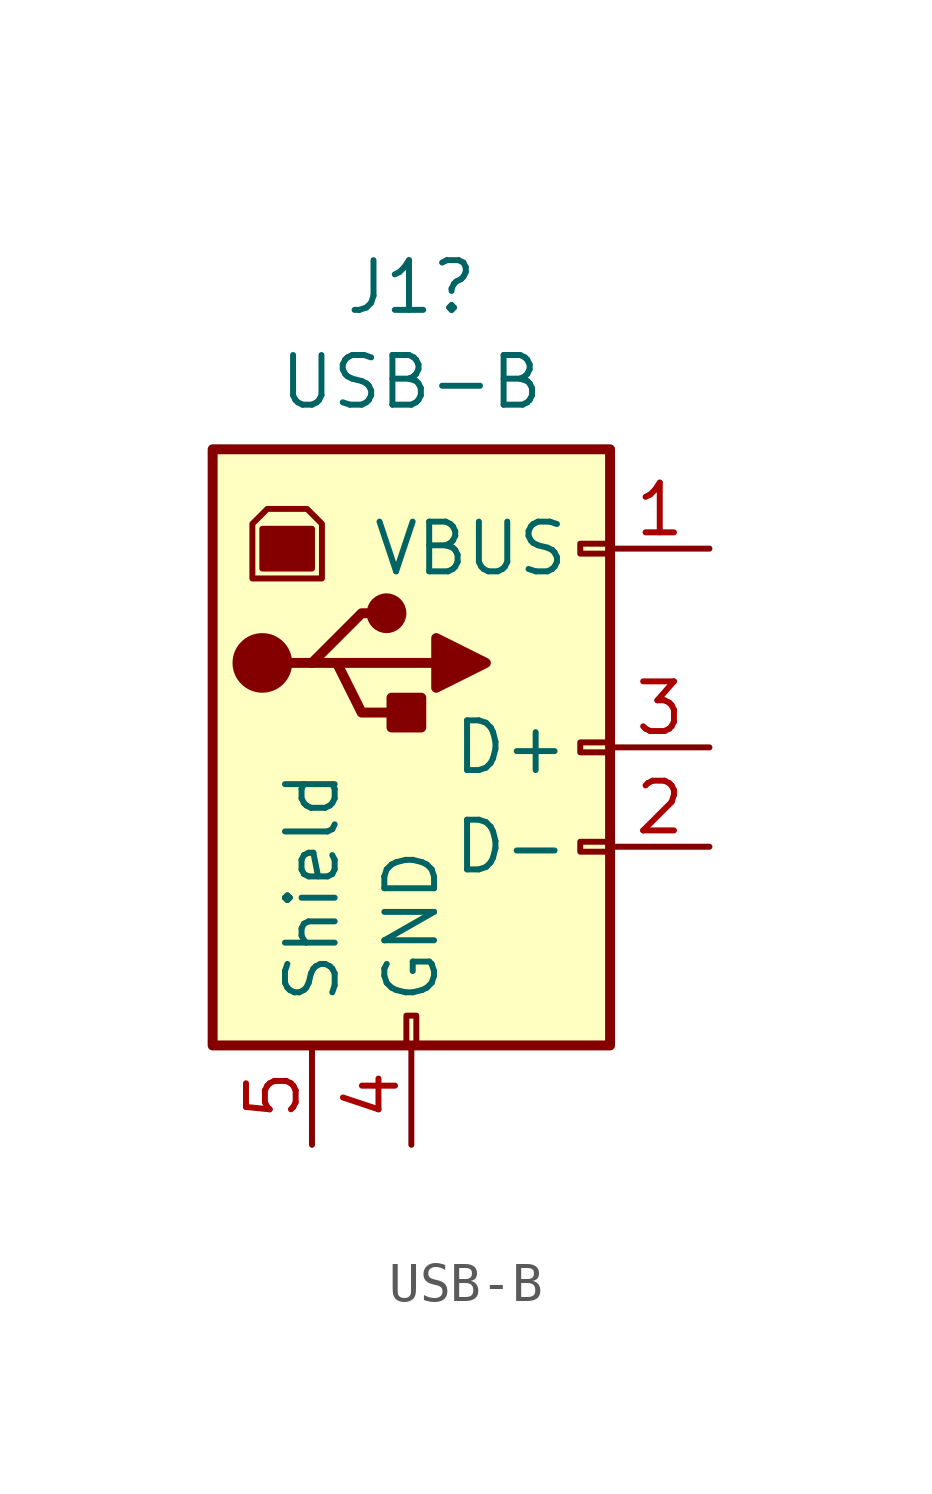
<source format=kicad_sym>
(kicad_symbol_lib
  (version 20231120)
  (generator "kicad_symbol_editor")
  (generator_version "8.0")
  (symbol "USB-B"
    (pin_names
      (offset 1.016))
    (property "Reference" "J1"
      (at 0 11.764 0)
      (effects (font (size 1.27 1.27))))
    (property "Value" "USB-B"
      (at 0 9.34 0)
      (effects (font (size 1.27 1.27))))
    (symbol "USB-B_0_1"
      (rectangle (start -5.08 7.62) (end 5.08 -7.62) (stroke (width 0.254) (type default)) (fill (type background)))
      (circle (center -3.81 2.159) (radius 0.635) (stroke (width 0.254) (type default)) (fill (type outline)))
      (rectangle (start -3.81 5.588) (end -2.54 4.572) (stroke (width 0) (type default)) (fill (type outline)))
      (circle (center -0.635 3.429) (radius 0.381) (stroke (width 0.254) (type default)) (fill (type outline)))
      (rectangle (start -0.127 -7.62) (end 0.127 -6.858) (stroke (width 0) (type default)) (fill (type none)))
      (polyline (pts (xy -1.905 2.159) (xy 0.635 2.159)) (stroke (width 0.254) (type default)) (fill (type none)))
      (polyline (pts (xy -3.175 2.159) (xy -2.54 2.159) (xy -1.27 3.429) (xy -0.635 3.429)) (stroke (width 0.254) (type default)) (fill (type none)))
      (polyline (pts (xy -2.54 2.159) (xy -1.905 2.159) (xy -1.27 0.889) (xy 0 0.889)) (stroke (width 0.254) (type default)) (fill (type none)))
      (polyline (pts (xy 0.635 2.794) (xy 0.635 1.524) (xy 1.905 2.159) (xy 0.635 2.794)) (stroke (width 0.254) (type default)) (fill (type outline)))
      (polyline (pts (xy -4.064 4.318) (xy -2.286 4.318) (xy -2.286 5.715) (xy -2.667 6.096) (xy -3.683 6.096) (xy -4.064 5.715) (xy -4.064 4.318)) (stroke (width 0) (type default)) (fill (type none)))
      (rectangle (start 0.254 1.27) (end -0.508 0.508) (stroke (width 0.254) (type default)) (fill (type outline)))
      (rectangle (start 5.08 -2.667) (end 4.318 -2.413) (stroke (width 0) (type default)) (fill (type none)))
      (rectangle (start 5.08 -0.127) (end 4.318 0.127) (stroke (width 0) (type default)) (fill (type none)))
      (rectangle (start 5.08 4.953) (end 4.318 5.207) (stroke (width 0) (type default)) (fill (type none))))
    (symbol "USB-B_1_1"
      (pin power_out line (at 7.62 5.08 180) (length 2.54) (name "VBUS" (effects (font (size 1.27 1.27)))) (number "1" (effects (font (size 1.27 1.27)))))
      (pin bidirectional line (at 7.62 -2.54 180) (length 2.54) (name "D-" (effects (font (size 1.27 1.27)))) (number "2" (effects (font (size 1.27 1.27)))))
      (pin bidirectional line (at 7.62 0 180) (length 2.54) (name "D+" (effects (font (size 1.27 1.27)))) (number "3" (effects (font (size 1.27 1.27)))))
      (pin power_out line (at 0 -10.16 90) (length 2.54) (name "GND" (effects (font (size 1.27 1.27)))) (number "4" (effects (font (size 1.27 1.27)))))
      (pin passive line (at -2.54 -10.16 90) (length 2.54) (name "Shield" (effects (font (size 1.27 1.27)))) (number "5" (effects (font (size 1.27 1.27))))))))
</source>
